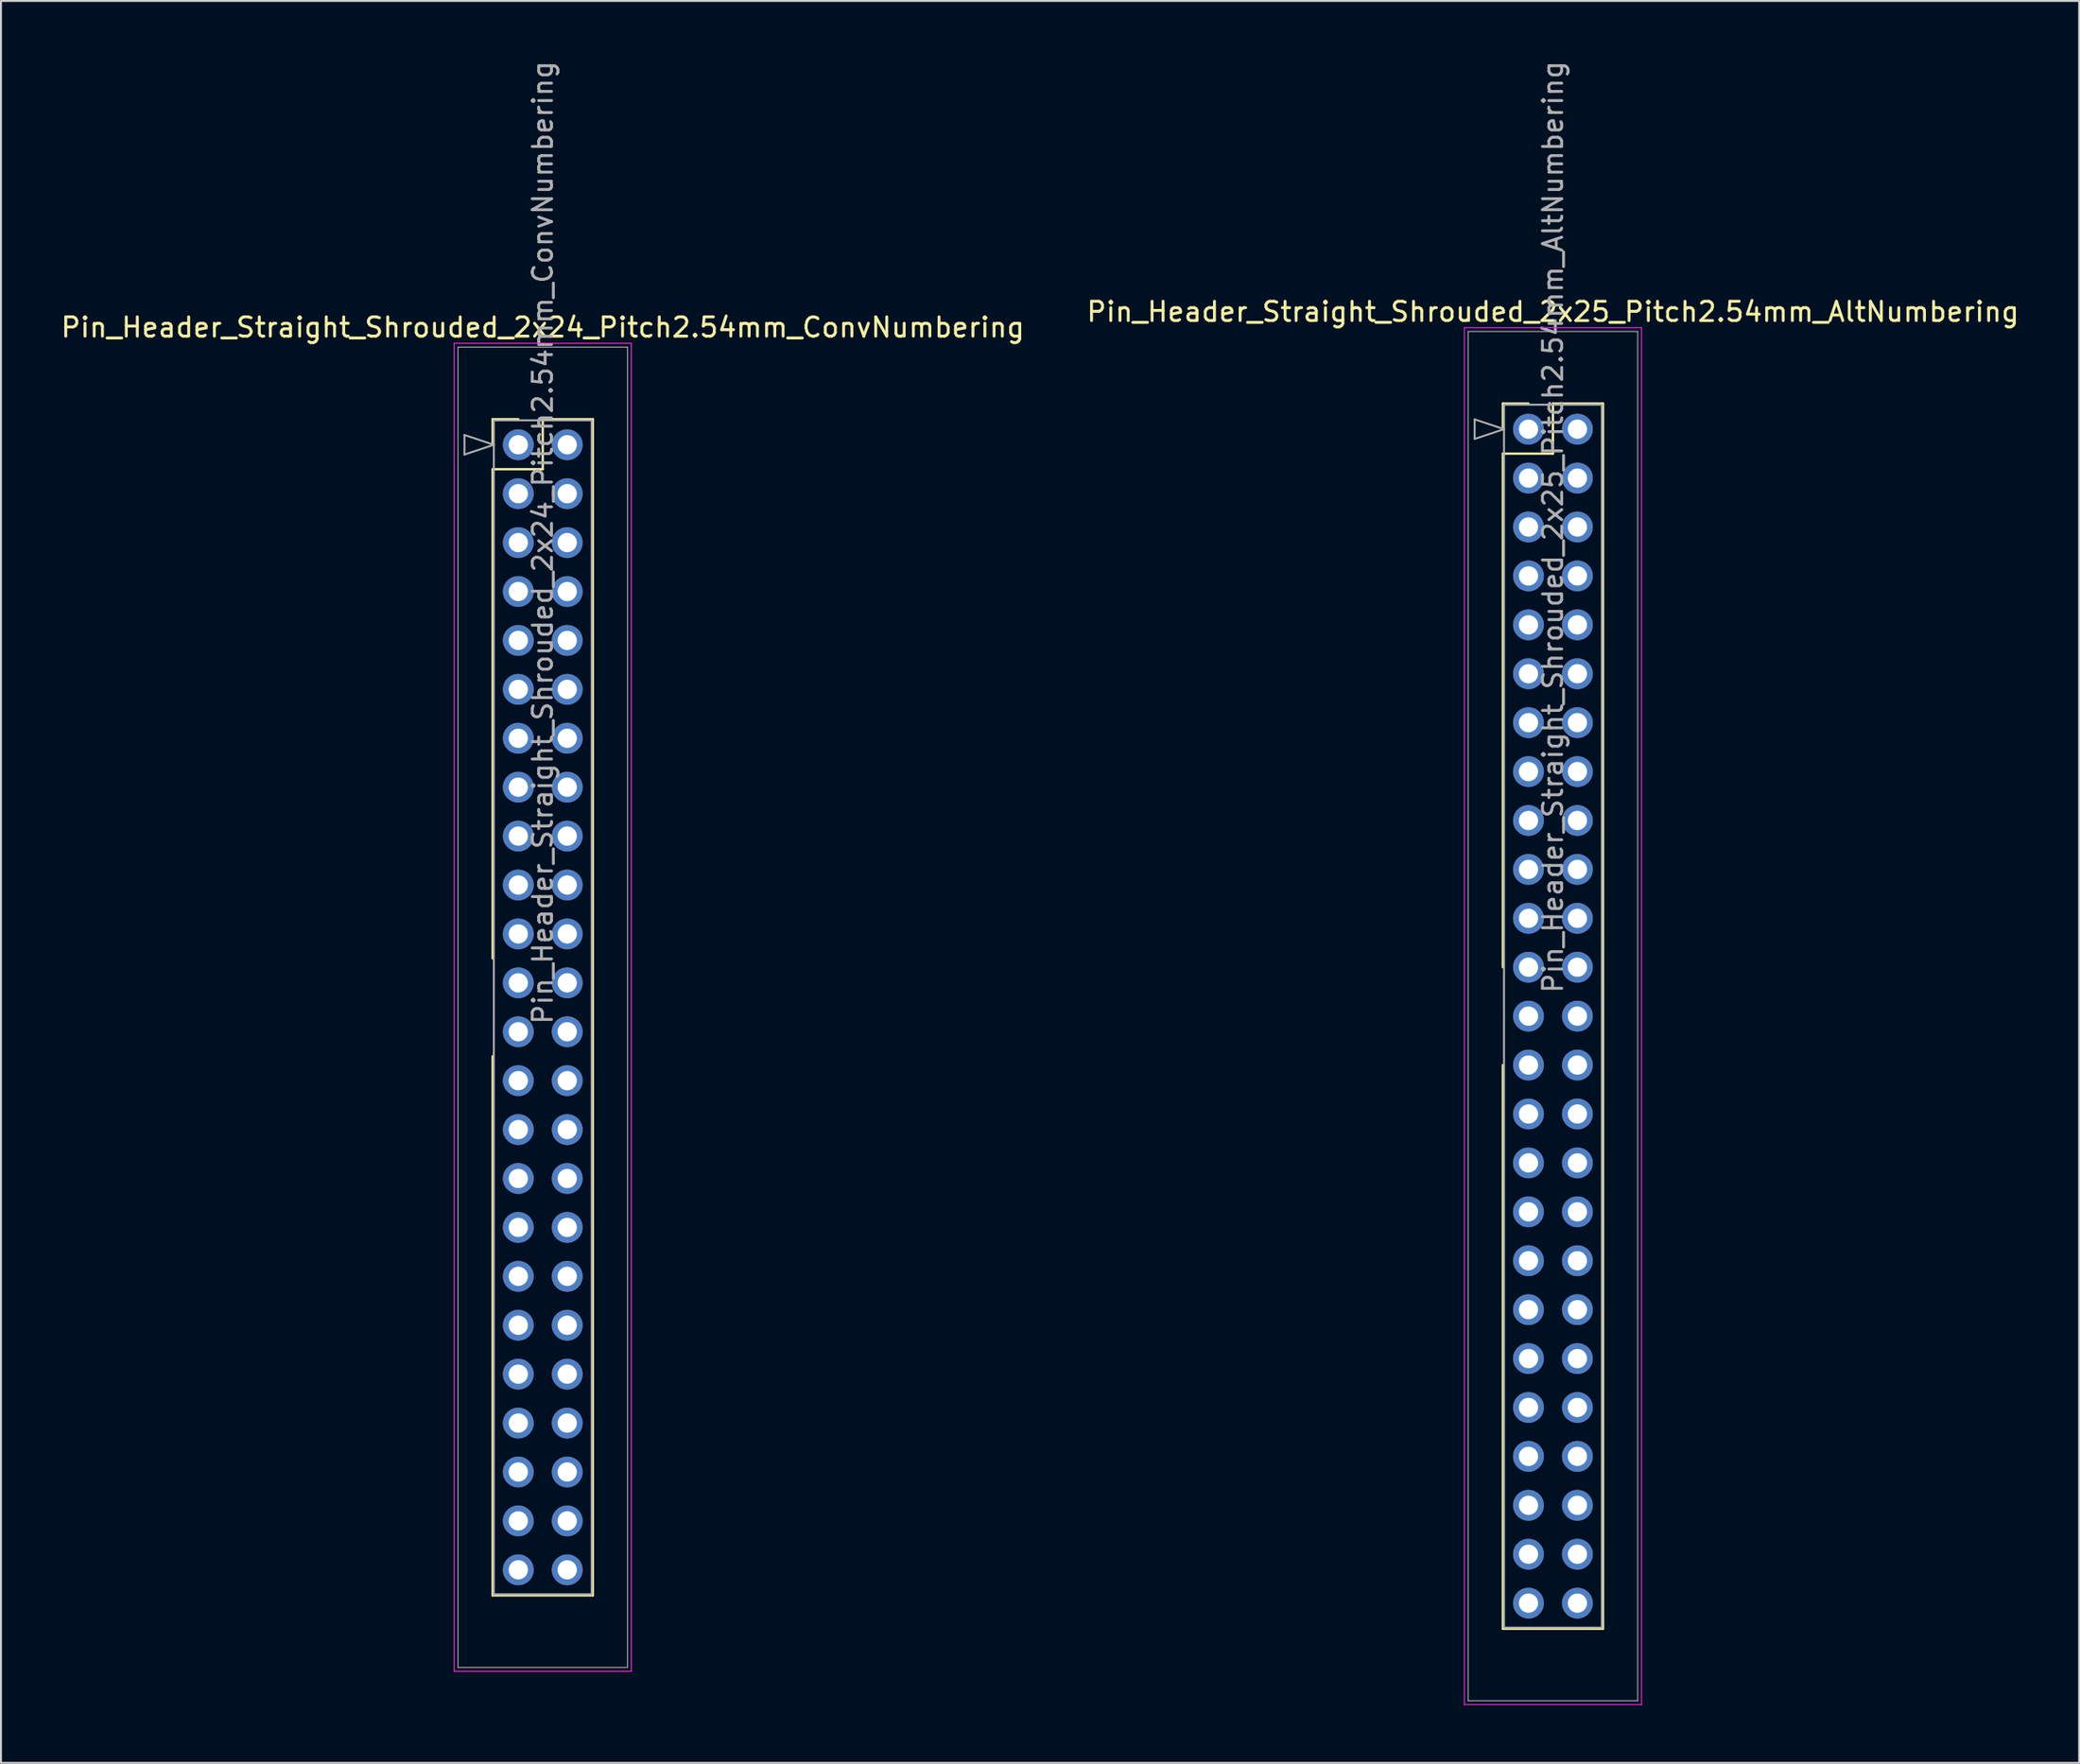
<source format=kicad_pcb>
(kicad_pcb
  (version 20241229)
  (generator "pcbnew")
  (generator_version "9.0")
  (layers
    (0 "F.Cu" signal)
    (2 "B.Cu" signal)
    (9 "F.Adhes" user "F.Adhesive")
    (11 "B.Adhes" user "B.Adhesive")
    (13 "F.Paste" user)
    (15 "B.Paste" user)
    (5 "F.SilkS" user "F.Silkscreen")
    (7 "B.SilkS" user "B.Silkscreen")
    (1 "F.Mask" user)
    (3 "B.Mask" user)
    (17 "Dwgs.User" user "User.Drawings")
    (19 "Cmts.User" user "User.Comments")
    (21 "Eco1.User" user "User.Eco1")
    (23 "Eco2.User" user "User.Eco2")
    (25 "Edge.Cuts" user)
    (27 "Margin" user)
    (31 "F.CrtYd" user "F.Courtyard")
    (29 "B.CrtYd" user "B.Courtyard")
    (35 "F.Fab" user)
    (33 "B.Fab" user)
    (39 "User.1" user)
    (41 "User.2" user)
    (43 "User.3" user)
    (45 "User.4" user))
  (footprint "Pin_Header_Straight_Shrouded_2x25_Pitch2.54mm_AltNumbering"
    (layer "F.Cu")
    (at 76.295 19.235)
    (property "Reference" "Pin_Header_Straight_Shrouded_2x25_Pitch2.54mm_AltNumbering" (at 1.27 -6.096 0) (layer "F.SilkS") (effects (font (size 1 1) (thickness 0.15))))
    (attr through_hole)
    (fp_line (start -1.33 -1.33) (end 0 -1.33) (stroke (width 0.12) (type solid)) (layer "F.SilkS"))
    (fp_line (start -1.33 0) (end -1.33 -1.33) (stroke (width 0.12) (type solid)) (layer "F.SilkS"))
    (fp_line (start -1.33 1.27) (end -1.33 27.94) (stroke (width 0.12) (type solid)) (layer "F.SilkS"))
    (fp_line (start -1.33 1.27) (end 1.27 1.27) (stroke (width 0.12) (type solid)) (layer "F.SilkS"))
    (fp_line (start -1.33 33.02) (end -1.33 62.29) (stroke (width 0.12) (type solid)) (layer "F.SilkS"))
    (fp_line (start -1.33 62.29) (end 3.87 62.29) (stroke (width 0.12) (type solid)) (layer "F.SilkS"))
    (fp_line (start 1.27 -1.33) (end 3.87 -1.33) (stroke (width 0.12) (type solid)) (layer "F.SilkS"))
    (fp_line (start 1.27 1.27) (end 1.27 -1.33) (stroke (width 0.12) (type solid)) (layer "F.SilkS"))
    (fp_line (start 3.87 -1.33) (end 3.87 62.29) (stroke (width 0.12) (type solid)) (layer "F.SilkS"))
    (fp_line (start -3.33 -5.27) (end -3.33 66.23) (stroke (width 0.05) (type solid)) (layer "F.CrtYd"))
    (fp_line (start -3.33 66.23) (end 5.87 66.23) (stroke (width 0.05) (type solid)) (layer "F.CrtYd"))
    (fp_line (start 5.87 -5.27) (end -3.33 -5.27) (stroke (width 0.05) (type solid)) (layer "F.CrtYd"))
    (fp_line (start 5.87 66.23) (end 5.87 -5.27) (stroke (width 0.05) (type solid)) (layer "F.CrtYd"))
    (fp_line (start -3.13 -5.07) (end -3.13 66.03) (stroke (width 0.05) (type solid)) (layer "F.Fab"))
    (fp_line (start -3.13 66.03) (end 5.67 66.03) (stroke (width 0.05) (type solid)) (layer "F.Fab"))
    (fp_line (start -2.794 -0.508) (end -1.27 0) (stroke (width 0.1) (type solid)) (layer "F.Fab"))
    (fp_line (start -2.794 0.508) (end -2.794 -0.508) (stroke (width 0.1) (type solid)) (layer "F.Fab"))
    (fp_line (start -1.27 -1.27) (end -1.27 62.23) (stroke (width 0.1) (type solid)) (layer "F.Fab"))
    (fp_line (start -1.27 0) (end -2.794 0.508) (stroke (width 0.1) (type solid)) (layer "F.Fab"))
    (fp_line (start -1.27 62.23) (end 3.81 62.23) (stroke (width 0.1) (type solid)) (layer "F.Fab"))
    (fp_line (start 3.81 -1.27) (end -1.27 -1.27) (stroke (width 0.1) (type solid)) (layer "F.Fab"))
    (fp_line (start 3.81 62.23) (end 3.81 -1.27) (stroke (width 0.1) (type solid)) (layer "F.Fab"))
    (fp_line (start 5.67 -5.07) (end -3.13 -5.07) (stroke (width 0.05) (type solid)) (layer "F.Fab"))
    (fp_line (start 5.67 66.03) (end 5.67 -5.07) (stroke (width 0.05) (type solid)) (layer "F.Fab"))
    (fp_text user "${REFERENCE}" (at 1.27 5.08 90) (layer "F.Fab") (effects (font (size 1 1) (thickness 0.15))))
    (pad "1" thru_hole oval (at 0 0) (size 1.6 1.6) (drill 1) (layers "*.Cu" "*.Mask"))
    (pad "2" thru_hole oval (at 0 2.54) (size 1.6 1.6) (drill 1) (layers "*.Cu" "*.Mask"))
    (pad "3" thru_hole oval (at 0 5.08) (size 1.6 1.6) (drill 1) (layers "*.Cu" "*.Mask"))
    (pad "4" thru_hole oval (at 0 7.62) (size 1.6 1.6) (drill 1) (layers "*.Cu" "*.Mask"))
    (pad "5" thru_hole oval (at 0 10.16) (size 1.6 1.6) (drill 1) (layers "*.Cu" "*.Mask"))
    (pad "6" thru_hole oval (at 0 12.7) (size 1.6 1.6) (drill 1) (layers "*.Cu" "*.Mask"))
    (pad "7" thru_hole oval (at 0 15.24) (size 1.6 1.6) (drill 1) (layers "*.Cu" "*.Mask"))
    (pad "8" thru_hole oval (at 0 17.78) (size 1.6 1.6) (drill 1) (layers "*.Cu" "*.Mask"))
    (pad "9" thru_hole oval (at 0 20.32) (size 1.6 1.6) (drill 1) (layers "*.Cu" "*.Mask"))
    (pad "10" thru_hole oval (at 0 22.86) (size 1.6 1.6) (drill 1) (layers "*.Cu" "*.Mask"))
    (pad "11" thru_hole oval (at 0 25.4) (size 1.6 1.6) (drill 1) (layers "*.Cu" "*.Mask"))
    (pad "12" thru_hole oval (at 0 27.94) (size 1.6 1.6) (drill 1) (layers "*.Cu" "*.Mask"))
    (pad "13" thru_hole oval (at 0 30.48) (size 1.6 1.6) (drill 1) (layers "*.Cu" "*.Mask"))
    (pad "14" thru_hole oval (at 0 33.02) (size 1.6 1.6) (drill 1) (layers "*.Cu" "*.Mask"))
    (pad "15" thru_hole oval (at 0 35.56) (size 1.6 1.6) (drill 1) (layers "*.Cu" "*.Mask"))
    (pad "16" thru_hole oval (at 0 38.1) (size 1.6 1.6) (drill 1) (layers "*.Cu" "*.Mask"))
    (pad "17" thru_hole oval (at 0 40.64) (size 1.6 1.6) (drill 1) (layers "*.Cu" "*.Mask"))
    (pad "18" thru_hole oval (at 0 43.18) (size 1.6 1.6) (drill 1) (layers "*.Cu" "*.Mask"))
    (pad "19" thru_hole oval (at 0 45.72) (size 1.6 1.6) (drill 1) (layers "*.Cu" "*.Mask"))
    (pad "20" thru_hole oval (at 0 48.26) (size 1.6 1.6) (drill 1) (layers "*.Cu" "*.Mask"))
    (pad "21" thru_hole oval (at 0 50.8) (size 1.6 1.6) (drill 1) (layers "*.Cu" "*.Mask"))
    (pad "22" thru_hole oval (at 0 53.34) (size 1.6 1.6) (drill 1) (layers "*.Cu" "*.Mask"))
    (pad "23" thru_hole oval (at 0 55.88) (size 1.6 1.6) (drill 1) (layers "*.Cu" "*.Mask"))
    (pad "24" thru_hole oval (at 0 58.42) (size 1.6 1.6) (drill 1) (layers "*.Cu" "*.Mask"))
    (pad "25" thru_hole oval (at 0 60.96) (size 1.6 1.6) (drill 1) (layers "*.Cu" "*.Mask"))
    (pad "26" thru_hole oval (at 2.54 0) (size 1.6 1.6) (drill 1) (layers "*.Cu" "*.Mask"))
    (pad "27" thru_hole oval (at 2.54 2.54) (size 1.6 1.6) (drill 1) (layers "*.Cu" "*.Mask"))
    (pad "28" thru_hole oval (at 2.54 5.08) (size 1.6 1.6) (drill 1) (layers "*.Cu" "*.Mask"))
    (pad "29" thru_hole oval (at 2.54 7.62) (size 1.6 1.6) (drill 1) (layers "*.Cu" "*.Mask"))
    (pad "30" thru_hole oval (at 2.54 10.16) (size 1.6 1.6) (drill 1) (layers "*.Cu" "*.Mask"))
    (pad "31" thru_hole oval (at 2.54 12.7) (size 1.6 1.6) (drill 1) (layers "*.Cu" "*.Mask"))
    (pad "32" thru_hole oval (at 2.54 15.24) (size 1.6 1.6) (drill 1) (layers "*.Cu" "*.Mask"))
    (pad "33" thru_hole oval (at 2.54 17.78) (size 1.6 1.6) (drill 1) (layers "*.Cu" "*.Mask"))
    (pad "34" thru_hole oval (at 2.54 20.32) (size 1.6 1.6) (drill 1) (layers "*.Cu" "*.Mask"))
    (pad "35" thru_hole oval (at 2.54 22.86) (size 1.6 1.6) (drill 1) (layers "*.Cu" "*.Mask"))
    (pad "36" thru_hole oval (at 2.54 25.4) (size 1.6 1.6) (drill 1) (layers "*.Cu" "*.Mask"))
    (pad "37" thru_hole oval (at 2.54 27.94) (size 1.6 1.6) (drill 1) (layers "*.Cu" "*.Mask"))
    (pad "38" thru_hole oval (at 2.54 30.48) (size 1.6 1.6) (drill 1) (layers "*.Cu" "*.Mask"))
    (pad "39" thru_hole oval (at 2.54 33.02) (size 1.6 1.6) (drill 1) (layers "*.Cu" "*.Mask"))
    (pad "40" thru_hole oval (at 2.54 35.56) (size 1.6 1.6) (drill 1) (layers "*.Cu" "*.Mask"))
    (pad "41" thru_hole oval (at 2.54 38.1) (size 1.6 1.6) (drill 1) (layers "*.Cu" "*.Mask"))
    (pad "42" thru_hole oval (at 2.54 40.64) (size 1.6 1.6) (drill 1) (layers "*.Cu" "*.Mask"))
    (pad "43" thru_hole oval (at 2.54 43.18) (size 1.6 1.6) (drill 1) (layers "*.Cu" "*.Mask"))
    (pad "44" thru_hole oval (at 2.54 45.72) (size 1.6 1.6) (drill 1) (layers "*.Cu" "*.Mask"))
    (pad "45" thru_hole oval (at 2.54 48.26) (size 1.6 1.6) (drill 1) (layers "*.Cu" "*.Mask"))
    (pad "46" thru_hole oval (at 2.54 50.8) (size 1.6 1.6) (drill 1) (layers "*.Cu" "*.Mask"))
    (pad "47" thru_hole oval (at 2.54 53.34) (size 1.6 1.6) (drill 1) (layers "*.Cu" "*.Mask"))
    (pad "48" thru_hole oval (at 2.54 55.88) (size 1.6 1.6) (drill 1) (layers "*.Cu" "*.Mask"))
    (pad "49" thru_hole oval (at 2.54 58.42) (size 1.6 1.6) (drill 1) (layers "*.Cu" "*.Mask"))
    (pad "50" thru_hole oval (at 2.54 60.96) (size 1.6 1.6) (drill 1) (layers "*.Cu" "*.Mask")))
  (footprint "Pin_Header_Straight_Shrouded_2x24_Pitch2.54mm_ConvNumbering"
    (layer "F.Cu")
    (at 23.855 20.045)
    (property "Reference" "Pin_Header_Straight_Shrouded_2x24_Pitch2.54mm_ConvNumbering" (at 1.27 -6.096 0) (layer "F.SilkS") (effects (font (size 1 1) (thickness 0.15))))
    (attr through_hole)
    (fp_line (start -1.33 -1.33) (end 0 -1.33) (stroke (width 0.12) (type solid)) (layer "F.SilkS"))
    (fp_line (start -1.33 0) (end -1.33 -1.33) (stroke (width 0.12) (type solid)) (layer "F.SilkS"))
    (fp_line (start -1.33 1.27) (end -1.33 26.67) (stroke (width 0.12) (type solid)) (layer "F.SilkS"))
    (fp_line (start -1.33 1.27) (end 1.27 1.27) (stroke (width 0.12) (type solid)) (layer "F.SilkS"))
    (fp_line (start -1.33 31.75) (end -1.33 59.75) (stroke (width 0.12) (type solid)) (layer "F.SilkS"))
    (fp_line (start -1.33 59.75) (end 3.87 59.75) (stroke (width 0.12) (type solid)) (layer "F.SilkS"))
    (fp_line (start 1.27 -1.33) (end 3.87 -1.33) (stroke (width 0.12) (type solid)) (layer "F.SilkS"))
    (fp_line (start 1.27 1.27) (end 1.27 -1.33) (stroke (width 0.12) (type solid)) (layer "F.SilkS"))
    (fp_line (start 3.87 -1.33) (end 3.87 59.75) (stroke (width 0.12) (type solid)) (layer "F.SilkS"))
    (fp_line (start -3.33 -5.27) (end -3.33 63.69) (stroke (width 0.05) (type solid)) (layer "F.CrtYd"))
    (fp_line (start -3.33 63.69) (end 5.87 63.69) (stroke (width 0.05) (type solid)) (layer "F.CrtYd"))
    (fp_line (start 5.87 -5.27) (end -3.33 -5.27) (stroke (width 0.05) (type solid)) (layer "F.CrtYd"))
    (fp_line (start 5.87 63.69) (end 5.87 -5.27) (stroke (width 0.05) (type solid)) (layer "F.CrtYd"))
    (fp_line (start -3.13 -5.07) (end -3.13 63.49) (stroke (width 0.05) (type solid)) (layer "F.Fab"))
    (fp_line (start -3.13 63.49) (end 5.67 63.49) (stroke (width 0.05) (type solid)) (layer "F.Fab"))
    (fp_line (start -2.794 -0.508) (end -1.27 0) (stroke (width 0.1) (type solid)) (layer "F.Fab"))
    (fp_line (start -2.794 0.508) (end -2.794 -0.508) (stroke (width 0.1) (type solid)) (layer "F.Fab"))
    (fp_line (start -1.27 -1.27) (end -1.27 59.69) (stroke (width 0.1) (type solid)) (layer "F.Fab"))
    (fp_line (start -1.27 0) (end -2.794 0.508) (stroke (width 0.1) (type solid)) (layer "F.Fab"))
    (fp_line (start -1.27 59.69) (end 3.81 59.69) (stroke (width 0.1) (type solid)) (layer "F.Fab"))
    (fp_line (start 3.81 -1.27) (end -1.27 -1.27) (stroke (width 0.1) (type solid)) (layer "F.Fab"))
    (fp_line (start 3.81 59.69) (end 3.81 -1.27) (stroke (width 0.1) (type solid)) (layer "F.Fab"))
    (fp_line (start 5.67 -5.07) (end -3.13 -5.07) (stroke (width 0.05) (type solid)) (layer "F.Fab"))
    (fp_line (start 5.67 63.49) (end 5.67 -5.07) (stroke (width 0.05) (type solid)) (layer "F.Fab"))
    (fp_text user "${REFERENCE}" (at 1.27 5.08 90) (layer "F.Fab") (effects (font (size 1 1) (thickness 0.15))))
    (pad "1" thru_hole oval (at 0 0) (size 1.6 1.6) (drill 1) (layers "*.Cu" "*.Mask"))
    (pad "2" thru_hole oval (at 2.54 0) (size 1.6 1.6) (drill 1) (layers "*.Cu" "*.Mask"))
    (pad "3" thru_hole oval (at 0 2.54) (size 1.6 1.6) (drill 1) (layers "*.Cu" "*.Mask"))
    (pad "4" thru_hole oval (at 2.54 2.54) (size 1.6 1.6) (drill 1) (layers "*.Cu" "*.Mask"))
    (pad "5" thru_hole oval (at 0 5.08) (size 1.6 1.6) (drill 1) (layers "*.Cu" "*.Mask"))
    (pad "6" thru_hole oval (at 2.54 5.08) (size 1.6 1.6) (drill 1) (layers "*.Cu" "*.Mask"))
    (pad "7" thru_hole oval (at 0 7.62) (size 1.6 1.6) (drill 1) (layers "*.Cu" "*.Mask"))
    (pad "8" thru_hole oval (at 2.54 7.62) (size 1.6 1.6) (drill 1) (layers "*.Cu" "*.Mask"))
    (pad "9" thru_hole oval (at 0 10.16) (size 1.6 1.6) (drill 1) (layers "*.Cu" "*.Mask"))
    (pad "10" thru_hole oval (at 2.54 10.16) (size 1.6 1.6) (drill 1) (layers "*.Cu" "*.Mask"))
    (pad "11" thru_hole oval (at 0 12.7) (size 1.6 1.6) (drill 1) (layers "*.Cu" "*.Mask"))
    (pad "12" thru_hole oval (at 2.54 12.7) (size 1.6 1.6) (drill 1) (layers "*.Cu" "*.Mask"))
    (pad "13" thru_hole oval (at 0 15.24) (size 1.6 1.6) (drill 1) (layers "*.Cu" "*.Mask"))
    (pad "14" thru_hole oval (at 2.54 15.24) (size 1.6 1.6) (drill 1) (layers "*.Cu" "*.Mask"))
    (pad "15" thru_hole oval (at 0 17.78) (size 1.6 1.6) (drill 1) (layers "*.Cu" "*.Mask"))
    (pad "16" thru_hole oval (at 2.54 17.78) (size 1.6 1.6) (drill 1) (layers "*.Cu" "*.Mask"))
    (pad "17" thru_hole oval (at 0 20.32) (size 1.6 1.6) (drill 1) (layers "*.Cu" "*.Mask"))
    (pad "18" thru_hole oval (at 2.54 20.32) (size 1.6 1.6) (drill 1) (layers "*.Cu" "*.Mask"))
    (pad "19" thru_hole oval (at 0 22.86) (size 1.6 1.6) (drill 1) (layers "*.Cu" "*.Mask"))
    (pad "20" thru_hole oval (at 2.54 22.86) (size 1.6 1.6) (drill 1) (layers "*.Cu" "*.Mask"))
    (pad "21" thru_hole oval (at 0 25.4) (size 1.6 1.6) (drill 1) (layers "*.Cu" "*.Mask"))
    (pad "22" thru_hole oval (at 2.54 25.4) (size 1.6 1.6) (drill 1) (layers "*.Cu" "*.Mask"))
    (pad "23" thru_hole oval (at 0 27.94) (size 1.6 1.6) (drill 1) (layers "*.Cu" "*.Mask"))
    (pad "24" thru_hole oval (at 2.54 27.94) (size 1.6 1.6) (drill 1) (layers "*.Cu" "*.Mask"))
    (pad "25" thru_hole oval (at 0 30.48) (size 1.6 1.6) (drill 1) (layers "*.Cu" "*.Mask"))
    (pad "26" thru_hole oval (at 2.54 30.48) (size 1.6 1.6) (drill 1) (layers "*.Cu" "*.Mask"))
    (pad "27" thru_hole oval (at 0 33.02) (size 1.6 1.6) (drill 1) (layers "*.Cu" "*.Mask"))
    (pad "28" thru_hole oval (at 2.54 33.02) (size 1.6 1.6) (drill 1) (layers "*.Cu" "*.Mask"))
    (pad "29" thru_hole oval (at 0 35.56) (size 1.6 1.6) (drill 1) (layers "*.Cu" "*.Mask"))
    (pad "30" thru_hole oval (at 2.54 35.56) (size 1.6 1.6) (drill 1) (layers "*.Cu" "*.Mask"))
    (pad "31" thru_hole oval (at 0 38.1) (size 1.6 1.6) (drill 1) (layers "*.Cu" "*.Mask"))
    (pad "32" thru_hole oval (at 2.54 38.1) (size 1.6 1.6) (drill 1) (layers "*.Cu" "*.Mask"))
    (pad "33" thru_hole oval (at 0 40.64) (size 1.6 1.6) (drill 1) (layers "*.Cu" "*.Mask"))
    (pad "34" thru_hole oval (at 2.54 40.64) (size 1.6 1.6) (drill 1) (layers "*.Cu" "*.Mask"))
    (pad "35" thru_hole oval (at 0 43.18) (size 1.6 1.6) (drill 1) (layers "*.Cu" "*.Mask"))
    (pad "36" thru_hole oval (at 2.54 43.18) (size 1.6 1.6) (drill 1) (layers "*.Cu" "*.Mask"))
    (pad "37" thru_hole oval (at 0 45.72) (size 1.6 1.6) (drill 1) (layers "*.Cu" "*.Mask"))
    (pad "38" thru_hole oval (at 2.54 45.72) (size 1.6 1.6) (drill 1) (layers "*.Cu" "*.Mask"))
    (pad "39" thru_hole oval (at 0 48.26) (size 1.6 1.6) (drill 1) (layers "*.Cu" "*.Mask"))
    (pad "40" thru_hole oval (at 2.54 48.26) (size 1.6 1.6) (drill 1) (layers "*.Cu" "*.Mask"))
    (pad "41" thru_hole oval (at 0 50.8) (size 1.6 1.6) (drill 1) (layers "*.Cu" "*.Mask"))
    (pad "42" thru_hole oval (at 2.54 50.8) (size 1.6 1.6) (drill 1) (layers "*.Cu" "*.Mask"))
    (pad "43" thru_hole oval (at 0 53.34) (size 1.6 1.6) (drill 1) (layers "*.Cu" "*.Mask"))
    (pad "44" thru_hole oval (at 2.54 53.34) (size 1.6 1.6) (drill 1) (layers "*.Cu" "*.Mask"))
    (pad "45" thru_hole oval (at 0 55.88) (size 1.6 1.6) (drill 1) (layers "*.Cu" "*.Mask"))
    (pad "46" thru_hole oval (at 2.54 55.88) (size 1.6 1.6) (drill 1) (layers "*.Cu" "*.Mask"))
    (pad "47" thru_hole oval (at 0 58.42) (size 1.6 1.6) (drill 1) (layers "*.Cu" "*.Mask"))
    (pad "48" thru_hole oval (at 2.54 58.42) (size 1.6 1.6) (drill 1) (layers "*.Cu" "*.Mask")))
  (gr_rect
    (start -3 -3)
    (end 104.881 88.49)
    (stroke (width 0.1) (type default))
    (fill no)
    (layer "Edge.Cuts")))
</source>
